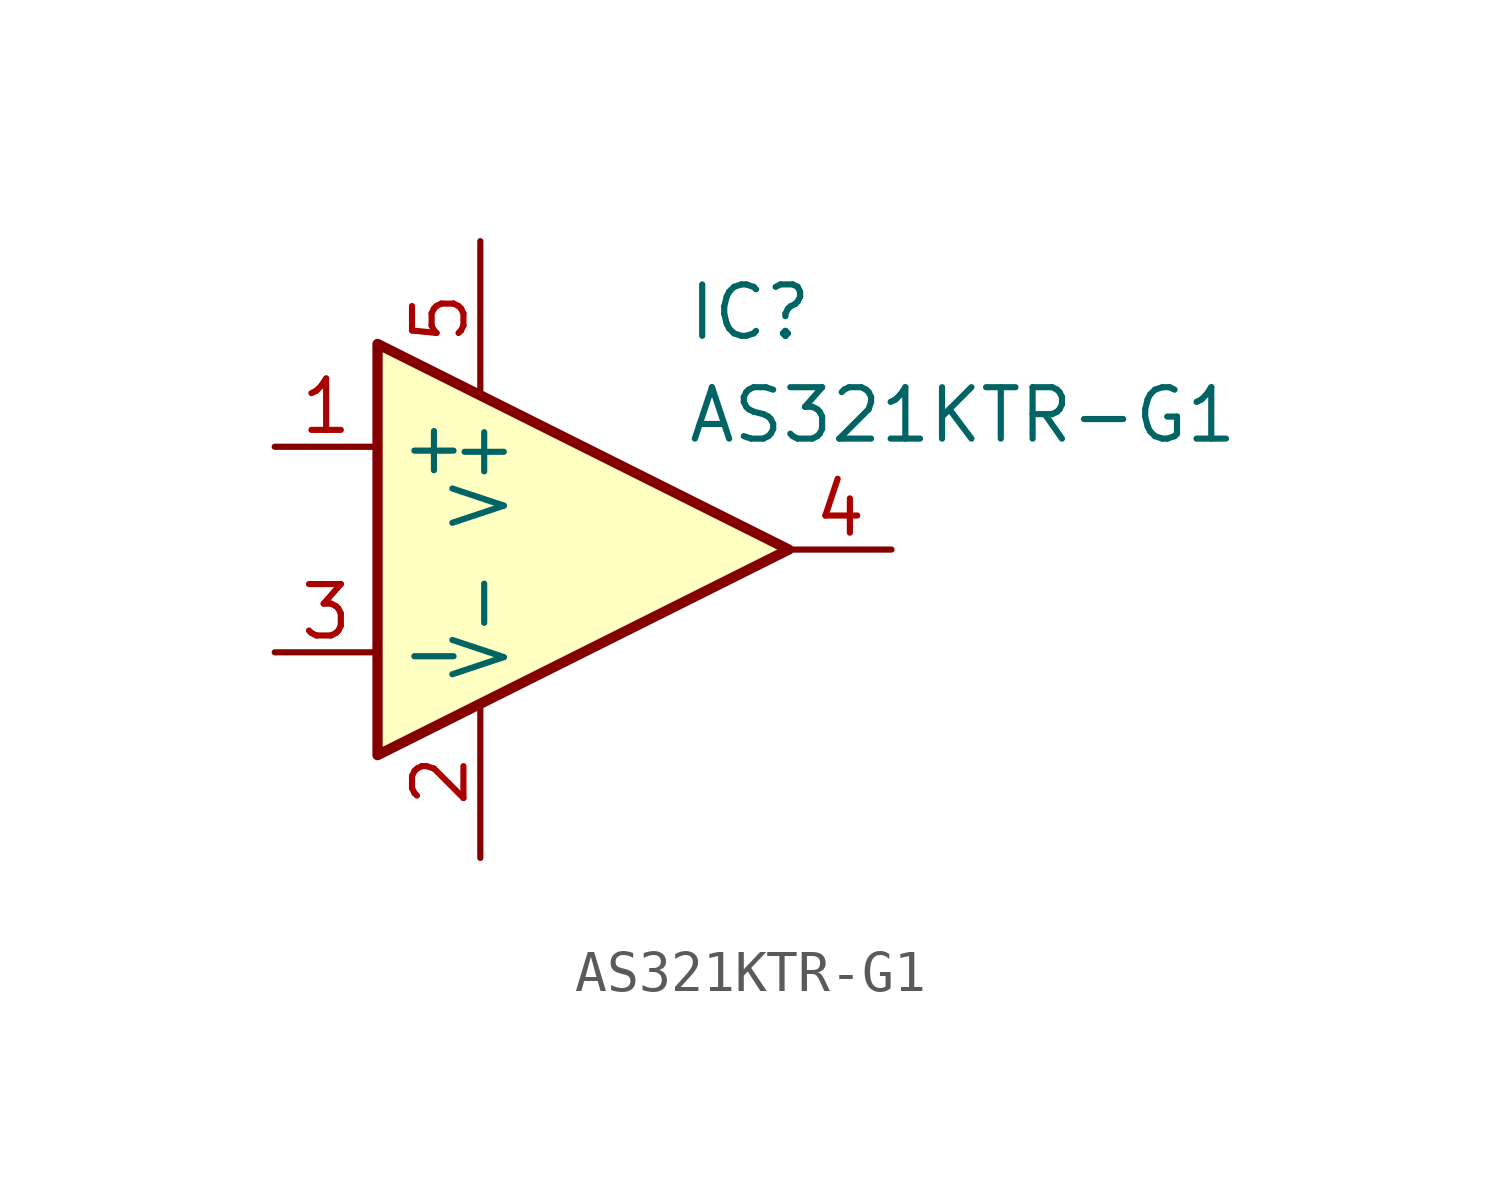
<source format=kicad_sym>
(kicad_symbol_lib
  (version 20231120)
  (generator "kicad_symbol_editor")
  (generator_version "8.0")
  (symbol "AS321KTR-G1"
    (property "Reference" "IC"
      (at 5.08 6.604 0)
      (effects (font (size 1.27 1.27)) (justify left top)))
    (property "Value" "AS321KTR-G1"
      (at 5.08 4.064 0)
      (effects (font (size 1.27 1.27)) (justify left top)))
    (symbol "AS321KTR-G1_0_1"
      (polyline (pts (xy 7.62 0) (xy -2.54 5.08) (xy -2.54 -5.08) (xy 7.62 0)) (stroke (width 0.254) (type default)) (fill (type background))))
    (symbol "AS321KTR-G1_1_1"
      (pin input line (at -5.08 2.54 0) (length 2.54) (name "+" (effects (font (size 1.27 1.27)))) (number "1" (effects (font (size 1.27 1.27)))))
      (pin power_in line (at 0 -7.62 90) (length 3.81) (name "V-" (effects (font (size 1.27 1.27)))) (number "2" (effects (font (size 1.27 1.27)))))
      (pin input line (at -5.08 -2.54 0) (length 2.54) (name "-" (effects (font (size 1.27 1.27)))) (number "3" (effects (font (size 1.27 1.27)))))
      (pin output line (at 10.16 0 180) (length 2.54) (name "~" (effects (font (size 1.27 1.27)))) (number "4" (effects (font (size 1.27 1.27)))))
      (pin power_in line (at 0 7.62 270) (length 3.81) (name "V+" (effects (font (size 1.27 1.27)))) (number "5" (effects (font (size 1.27 1.27))))))))
</source>
